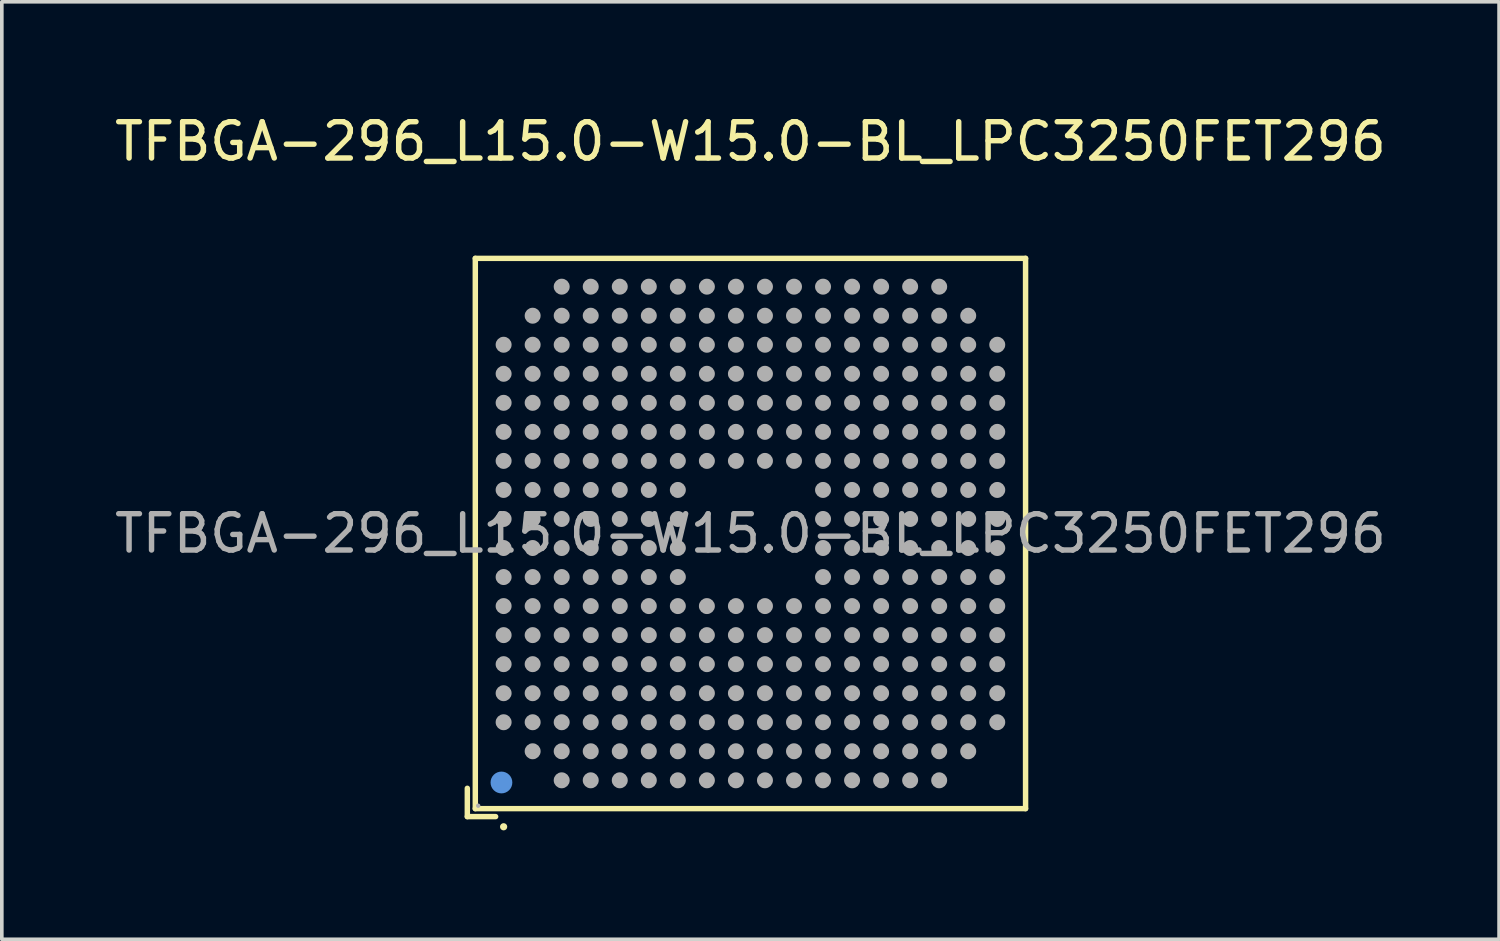
<source format=kicad_pcb>
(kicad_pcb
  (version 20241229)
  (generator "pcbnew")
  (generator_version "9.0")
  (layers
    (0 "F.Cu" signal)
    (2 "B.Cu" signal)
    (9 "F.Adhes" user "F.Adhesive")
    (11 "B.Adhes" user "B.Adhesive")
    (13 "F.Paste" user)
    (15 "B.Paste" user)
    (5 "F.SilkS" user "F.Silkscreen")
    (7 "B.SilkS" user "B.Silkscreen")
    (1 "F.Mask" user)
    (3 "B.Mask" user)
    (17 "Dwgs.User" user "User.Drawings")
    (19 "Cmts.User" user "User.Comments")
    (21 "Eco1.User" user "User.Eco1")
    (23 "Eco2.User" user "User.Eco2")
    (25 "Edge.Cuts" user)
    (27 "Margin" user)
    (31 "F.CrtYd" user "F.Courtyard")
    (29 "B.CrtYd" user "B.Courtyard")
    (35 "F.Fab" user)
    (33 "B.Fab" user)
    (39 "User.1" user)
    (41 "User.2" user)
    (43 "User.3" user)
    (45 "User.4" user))
  (footprint "TFBGA-296_L15.0-W15.0-BL_LPC3250FET296"
    (layer "F.Cu")
    (at 17.625 11.648)
    (property "Reference" "TFBGA-296_L15.0-W15.0-BL_LPC3250FET296" (at 0 -10.8 0) (layer "F.SilkS") (effects (font (size 1 1) (thickness 0.15))))
    (attr through_hole)
    (fp_line (start -7.8 7.02) (end -7.8 7.8) (stroke (width 0.15) (type solid)) (layer "F.SilkS"))
    (fp_line (start -7.8 7.8) (end -7.02 7.8) (stroke (width 0.15) (type solid)) (layer "F.SilkS"))
    (fp_line (start -7.58 -7.58) (end 7.58 -7.58) (stroke (width 0.15) (type solid)) (layer "F.SilkS"))
    (fp_line (start -7.58 7.58) (end -7.58 -7.58) (stroke (width 0.15) (type solid)) (layer "F.SilkS"))
    (fp_line (start 7.58 -7.58) (end 7.58 7.58) (stroke (width 0.15) (type solid)) (layer "F.SilkS"))
    (fp_line (start 7.58 7.58) (end -7.58 7.58) (stroke (width 0.15) (type solid)) (layer "F.SilkS"))
    (fp_circle (center -6.8 8.08) (end -6.75 8.08) (stroke (width 0.1) (type solid)) (fill no) (layer "F.SilkS"))
    (fp_circle (center -6.86 6.86) (end -6.71 6.86) (stroke (width 0.3) (type solid)) (fill no) (layer "Cmts.User"))
    (fp_circle (center -7.5 7.5) (end -7.47 7.5) (stroke (width 0.06) (type solid)) (fill no) (layer "F.Fab"))
    (fp_circle (center -6.8 -5.2) (end -6.69 -5.2) (stroke (width 0.22) (type solid)) (fill no) (layer "F.Fab"))
    (fp_circle (center -6.8 -4.4) (end -6.69 -4.4) (stroke (width 0.22) (type solid)) (fill no) (layer "F.Fab"))
    (fp_circle (center -6.8 -3.6) (end -6.69 -3.6) (stroke (width 0.22) (type solid)) (fill no) (layer "F.Fab"))
    (fp_circle (center -6.8 -2.8) (end -6.69 -2.8) (stroke (width 0.22) (type solid)) (fill no) (layer "F.Fab"))
    (fp_circle (center -6.8 -2) (end -6.69 -2) (stroke (width 0.22) (type solid)) (fill no) (layer "F.Fab"))
    (fp_circle (center -6.8 -1.2) (end -6.69 -1.2) (stroke (width 0.22) (type solid)) (fill no) (layer "F.Fab"))
    (fp_circle (center -6.8 -0.4) (end -6.69 -0.4) (stroke (width 0.22) (type solid)) (fill no) (layer "F.Fab"))
    (fp_circle (center -6.8 0.4) (end -6.69 0.4) (stroke (width 0.22) (type solid)) (fill no) (layer "F.Fab"))
    (fp_circle (center -6.8 1.2) (end -6.69 1.2) (stroke (width 0.22) (type solid)) (fill no) (layer "F.Fab"))
    (fp_circle (center -6.8 2) (end -6.69 2) (stroke (width 0.22) (type solid)) (fill no) (layer "F.Fab"))
    (fp_circle (center -6.8 2.8) (end -6.69 2.8) (stroke (width 0.22) (type solid)) (fill no) (layer "F.Fab"))
    (fp_circle (center -6.8 3.6) (end -6.69 3.6) (stroke (width 0.22) (type solid)) (fill no) (layer "F.Fab"))
    (fp_circle (center -6.8 4.4) (end -6.69 4.4) (stroke (width 0.22) (type solid)) (fill no) (layer "F.Fab"))
    (fp_circle (center -6.8 5.2) (end -6.69 5.2) (stroke (width 0.22) (type solid)) (fill no) (layer "F.Fab"))
    (fp_circle (center -6 -6) (end -5.89 -6) (stroke (width 0.22) (type solid)) (fill no) (layer "F.Fab"))
    (fp_circle (center -6 -5.2) (end -5.89 -5.2) (stroke (width 0.22) (type solid)) (fill no) (layer "F.Fab"))
    (fp_circle (center -6 -4.4) (end -5.89 -4.4) (stroke (width 0.22) (type solid)) (fill no) (layer "F.Fab"))
    (fp_circle (center -6 -3.6) (end -5.89 -3.6) (stroke (width 0.22) (type solid)) (fill no) (layer "F.Fab"))
    (fp_circle (center -6 -2.8) (end -5.89 -2.8) (stroke (width 0.22) (type solid)) (fill no) (layer "F.Fab"))
    (fp_circle (center -6 -2) (end -5.89 -2) (stroke (width 0.22) (type solid)) (fill no) (layer "F.Fab"))
    (fp_circle (center -6 -1.2) (end -5.89 -1.2) (stroke (width 0.22) (type solid)) (fill no) (layer "F.Fab"))
    (fp_circle (center -6 -0.4) (end -5.89 -0.4) (stroke (width 0.22) (type solid)) (fill no) (layer "F.Fab"))
    (fp_circle (center -6 0.4) (end -5.89 0.4) (stroke (width 0.22) (type solid)) (fill no) (layer "F.Fab"))
    (fp_circle (center -6 1.2) (end -5.89 1.2) (stroke (width 0.22) (type solid)) (fill no) (layer "F.Fab"))
    (fp_circle (center -6 2) (end -5.89 2) (stroke (width 0.22) (type solid)) (fill no) (layer "F.Fab"))
    (fp_circle (center -6 2.8) (end -5.89 2.8) (stroke (width 0.22) (type solid)) (fill no) (layer "F.Fab"))
    (fp_circle (center -6 3.6) (end -5.89 3.6) (stroke (width 0.22) (type solid)) (fill no) (layer "F.Fab"))
    (fp_circle (center -6 4.4) (end -5.89 4.4) (stroke (width 0.22) (type solid)) (fill no) (layer "F.Fab"))
    (fp_circle (center -6 5.2) (end -5.89 5.2) (stroke (width 0.22) (type solid)) (fill no) (layer "F.Fab"))
    (fp_circle (center -6 6) (end -5.89 6) (stroke (width 0.22) (type solid)) (fill no) (layer "F.Fab"))
    (fp_circle (center -5.2 -6.8) (end -5.09 -6.8) (stroke (width 0.22) (type solid)) (fill no) (layer "F.Fab"))
    (fp_circle (center -5.2 -6) (end -5.09 -6) (stroke (width 0.22) (type solid)) (fill no) (layer "F.Fab"))
    (fp_circle (center -5.2 -5.2) (end -5.09 -5.2) (stroke (width 0.22) (type solid)) (fill no) (layer "F.Fab"))
    (fp_circle (center -5.2 -4.4) (end -5.09 -4.4) (stroke (width 0.22) (type solid)) (fill no) (layer "F.Fab"))
    (fp_circle (center -5.2 -3.6) (end -5.09 -3.6) (stroke (width 0.22) (type solid)) (fill no) (layer "F.Fab"))
    (fp_circle (center -5.2 -2.8) (end -5.09 -2.8) (stroke (width 0.22) (type solid)) (fill no) (layer "F.Fab"))
    (fp_circle (center -5.2 -2) (end -5.09 -2) (stroke (width 0.22) (type solid)) (fill no) (layer "F.Fab"))
    (fp_circle (center -5.2 -1.2) (end -5.09 -1.2) (stroke (width 0.22) (type solid)) (fill no) (layer "F.Fab"))
    (fp_circle (center -5.2 -0.4) (end -5.09 -0.4) (stroke (width 0.22) (type solid)) (fill no) (layer "F.Fab"))
    (fp_circle (center -5.2 0.4) (end -5.09 0.4) (stroke (width 0.22) (type solid)) (fill no) (layer "F.Fab"))
    (fp_circle (center -5.2 1.2) (end -5.09 1.2) (stroke (width 0.22) (type solid)) (fill no) (layer "F.Fab"))
    (fp_circle (center -5.2 2) (end -5.09 2) (stroke (width 0.22) (type solid)) (fill no) (layer "F.Fab"))
    (fp_circle (center -5.2 2.8) (end -5.09 2.8) (stroke (width 0.22) (type solid)) (fill no) (layer "F.Fab"))
    (fp_circle (center -5.2 3.6) (end -5.09 3.6) (stroke (width 0.22) (type solid)) (fill no) (layer "F.Fab"))
    (fp_circle (center -5.2 4.4) (end -5.09 4.4) (stroke (width 0.22) (type solid)) (fill no) (layer "F.Fab"))
    (fp_circle (center -5.2 5.2) (end -5.09 5.2) (stroke (width 0.22) (type solid)) (fill no) (layer "F.Fab"))
    (fp_circle (center -5.2 6) (end -5.09 6) (stroke (width 0.22) (type solid)) (fill no) (layer "F.Fab"))
    (fp_circle (center -5.2 6.8) (end -5.09 6.8) (stroke (width 0.22) (type solid)) (fill no) (layer "F.Fab"))
    (fp_circle (center -4.4 -6.8) (end -4.29 -6.8) (stroke (width 0.22) (type solid)) (fill no) (layer "F.Fab"))
    (fp_circle (center -4.4 -6) (end -4.29 -6) (stroke (width 0.22) (type solid)) (fill no) (layer "F.Fab"))
    (fp_circle (center -4.4 -5.2) (end -4.29 -5.2) (stroke (width 0.22) (type solid)) (fill no) (layer "F.Fab"))
    (fp_circle (center -4.4 -4.4) (end -4.29 -4.4) (stroke (width 0.22) (type solid)) (fill no) (layer "F.Fab"))
    (fp_circle (center -4.4 -3.6) (end -4.29 -3.6) (stroke (width 0.22) (type solid)) (fill no) (layer "F.Fab"))
    (fp_circle (center -4.4 -2.8) (end -4.29 -2.8) (stroke (width 0.22) (type solid)) (fill no) (layer "F.Fab"))
    (fp_circle (center -4.4 -2) (end -4.29 -2) (stroke (width 0.22) (type solid)) (fill no) (layer "F.Fab"))
    (fp_circle (center -4.4 -1.2) (end -4.29 -1.2) (stroke (width 0.22) (type solid)) (fill no) (layer "F.Fab"))
    (fp_circle (center -4.4 -0.4) (end -4.29 -0.4) (stroke (width 0.22) (type solid)) (fill no) (layer "F.Fab"))
    (fp_circle (center -4.4 0.4) (end -4.29 0.4) (stroke (width 0.22) (type solid)) (fill no) (layer "F.Fab"))
    (fp_circle (center -4.4 1.2) (end -4.29 1.2) (stroke (width 0.22) (type solid)) (fill no) (layer "F.Fab"))
    (fp_circle (center -4.4 2) (end -4.29 2) (stroke (width 0.22) (type solid)) (fill no) (layer "F.Fab"))
    (fp_circle (center -4.4 2.8) (end -4.29 2.8) (stroke (width 0.22) (type solid)) (fill no) (layer "F.Fab"))
    (fp_circle (center -4.4 3.6) (end -4.29 3.6) (stroke (width 0.22) (type solid)) (fill no) (layer "F.Fab"))
    (fp_circle (center -4.4 4.4) (end -4.29 4.4) (stroke (width 0.22) (type solid)) (fill no) (layer "F.Fab"))
    (fp_circle (center -4.4 5.2) (end -4.29 5.2) (stroke (width 0.22) (type solid)) (fill no) (layer "F.Fab"))
    (fp_circle (center -4.4 6) (end -4.29 6) (stroke (width 0.22) (type solid)) (fill no) (layer "F.Fab"))
    (fp_circle (center -4.4 6.8) (end -4.29 6.8) (stroke (width 0.22) (type solid)) (fill no) (layer "F.Fab"))
    (fp_circle (center -3.6 -6.8) (end -3.49 -6.8) (stroke (width 0.22) (type solid)) (fill no) (layer "F.Fab"))
    (fp_circle (center -3.6 -6) (end -3.49 -6) (stroke (width 0.22) (type solid)) (fill no) (layer "F.Fab"))
    (fp_circle (center -3.6 -5.2) (end -3.49 -5.2) (stroke (width 0.22) (type solid)) (fill no) (layer "F.Fab"))
    (fp_circle (center -3.6 -4.4) (end -3.49 -4.4) (stroke (width 0.22) (type solid)) (fill no) (layer "F.Fab"))
    (fp_circle (center -3.6 -3.6) (end -3.49 -3.6) (stroke (width 0.22) (type solid)) (fill no) (layer "F.Fab"))
    (fp_circle (center -3.6 -2.8) (end -3.49 -2.8) (stroke (width 0.22) (type solid)) (fill no) (layer "F.Fab"))
    (fp_circle (center -3.6 -2) (end -3.49 -2) (stroke (width 0.22) (type solid)) (fill no) (layer "F.Fab"))
    (fp_circle (center -3.6 -1.2) (end -3.49 -1.2) (stroke (width 0.22) (type solid)) (fill no) (layer "F.Fab"))
    (fp_circle (center -3.6 -0.4) (end -3.49 -0.4) (stroke (width 0.22) (type solid)) (fill no) (layer "F.Fab"))
    (fp_circle (center -3.6 0.4) (end -3.49 0.4) (stroke (width 0.22) (type solid)) (fill no) (layer "F.Fab"))
    (fp_circle (center -3.6 1.2) (end -3.49 1.2) (stroke (width 0.22) (type solid)) (fill no) (layer "F.Fab"))
    (fp_circle (center -3.6 2) (end -3.49 2) (stroke (width 0.22) (type solid)) (fill no) (layer "F.Fab"))
    (fp_circle (center -3.6 2.8) (end -3.49 2.8) (stroke (width 0.22) (type solid)) (fill no) (layer "F.Fab"))
    (fp_circle (center -3.6 3.6) (end -3.49 3.6) (stroke (width 0.22) (type solid)) (fill no) (layer "F.Fab"))
    (fp_circle (center -3.6 4.4) (end -3.49 4.4) (stroke (width 0.22) (type solid)) (fill no) (layer "F.Fab"))
    (fp_circle (center -3.6 5.2) (end -3.49 5.2) (stroke (width 0.22) (type solid)) (fill no) (layer "F.Fab"))
    (fp_circle (center -3.6 6) (end -3.49 6) (stroke (width 0.22) (type solid)) (fill no) (layer "F.Fab"))
    (fp_circle (center -3.6 6.8) (end -3.49 6.8) (stroke (width 0.22) (type solid)) (fill no) (layer "F.Fab"))
    (fp_circle (center -2.8 -6.8) (end -2.69 -6.8) (stroke (width 0.22) (type solid)) (fill no) (layer "F.Fab"))
    (fp_circle (center -2.8 -6) (end -2.69 -6) (stroke (width 0.22) (type solid)) (fill no) (layer "F.Fab"))
    (fp_circle (center -2.8 -5.2) (end -2.69 -5.2) (stroke (width 0.22) (type solid)) (fill no) (layer "F.Fab"))
    (fp_circle (center -2.8 -4.4) (end -2.69 -4.4) (stroke (width 0.22) (type solid)) (fill no) (layer "F.Fab"))
    (fp_circle (center -2.8 -3.6) (end -2.69 -3.6) (stroke (width 0.22) (type solid)) (fill no) (layer "F.Fab"))
    (fp_circle (center -2.8 -2.8) (end -2.69 -2.8) (stroke (width 0.22) (type solid)) (fill no) (layer "F.Fab"))
    (fp_circle (center -2.8 -2) (end -2.69 -2) (stroke (width 0.22) (type solid)) (fill no) (layer "F.Fab"))
    (fp_circle (center -2.8 -1.2) (end -2.69 -1.2) (stroke (width 0.22) (type solid)) (fill no) (layer "F.Fab"))
    (fp_circle (center -2.8 -0.4) (end -2.69 -0.4) (stroke (width 0.22) (type solid)) (fill no) (layer "F.Fab"))
    (fp_circle (center -2.8 0.4) (end -2.69 0.4) (stroke (width 0.22) (type solid)) (fill no) (layer "F.Fab"))
    (fp_circle (center -2.8 1.2) (end -2.69 1.2) (stroke (width 0.22) (type solid)) (fill no) (layer "F.Fab"))
    (fp_circle (center -2.8 2) (end -2.69 2) (stroke (width 0.22) (type solid)) (fill no) (layer "F.Fab"))
    (fp_circle (center -2.8 2.8) (end -2.69 2.8) (stroke (width 0.22) (type solid)) (fill no) (layer "F.Fab"))
    (fp_circle (center -2.8 3.6) (end -2.69 3.6) (stroke (width 0.22) (type solid)) (fill no) (layer "F.Fab"))
    (fp_circle (center -2.8 4.4) (end -2.69 4.4) (stroke (width 0.22) (type solid)) (fill no) (layer "F.Fab"))
    (fp_circle (center -2.8 5.2) (end -2.69 5.2) (stroke (width 0.22) (type solid)) (fill no) (layer "F.Fab"))
    (fp_circle (center -2.8 6) (end -2.69 6) (stroke (width 0.22) (type solid)) (fill no) (layer "F.Fab"))
    (fp_circle (center -2.8 6.8) (end -2.69 6.8) (stroke (width 0.22) (type solid)) (fill no) (layer "F.Fab"))
    (fp_circle (center -2 -6.8) (end -1.89 -6.8) (stroke (width 0.22) (type solid)) (fill no) (layer "F.Fab"))
    (fp_circle (center -2 -6) (end -1.89 -6) (stroke (width 0.22) (type solid)) (fill no) (layer "F.Fab"))
    (fp_circle (center -2 -5.2) (end -1.89 -5.2) (stroke (width 0.22) (type solid)) (fill no) (layer "F.Fab"))
    (fp_circle (center -2 -4.4) (end -1.89 -4.4) (stroke (width 0.22) (type solid)) (fill no) (layer "F.Fab"))
    (fp_circle (center -2 -3.6) (end -1.89 -3.6) (stroke (width 0.22) (type solid)) (fill no) (layer "F.Fab"))
    (fp_circle (center -2 -2.8) (end -1.89 -2.8) (stroke (width 0.22) (type solid)) (fill no) (layer "F.Fab"))
    (fp_circle (center -2 -2) (end -1.89 -2) (stroke (width 0.22) (type solid)) (fill no) (layer "F.Fab"))
    (fp_circle (center -2 -1.2) (end -1.89 -1.2) (stroke (width 0.22) (type solid)) (fill no) (layer "F.Fab"))
    (fp_circle (center -2 -0.4) (end -1.89 -0.4) (stroke (width 0.22) (type solid)) (fill no) (layer "F.Fab"))
    (fp_circle (center -2 0.4) (end -1.89 0.4) (stroke (width 0.22) (type solid)) (fill no) (layer "F.Fab"))
    (fp_circle (center -2 1.2) (end -1.89 1.2) (stroke (width 0.22) (type solid)) (fill no) (layer "F.Fab"))
    (fp_circle (center -2 2) (end -1.89 2) (stroke (width 0.22) (type solid)) (fill no) (layer "F.Fab"))
    (fp_circle (center -2 2.8) (end -1.89 2.8) (stroke (width 0.22) (type solid)) (fill no) (layer "F.Fab"))
    (fp_circle (center -2 3.6) (end -1.89 3.6) (stroke (width 0.22) (type solid)) (fill no) (layer "F.Fab"))
    (fp_circle (center -2 4.4) (end -1.89 4.4) (stroke (width 0.22) (type solid)) (fill no) (layer "F.Fab"))
    (fp_circle (center -2 5.2) (end -1.89 5.2) (stroke (width 0.22) (type solid)) (fill no) (layer "F.Fab"))
    (fp_circle (center -2 6) (end -1.89 6) (stroke (width 0.22) (type solid)) (fill no) (layer "F.Fab"))
    (fp_circle (center -2 6.8) (end -1.89 6.8) (stroke (width 0.22) (type solid)) (fill no) (layer "F.Fab"))
    (fp_circle (center -1.2 -6.8) (end -1.09 -6.8) (stroke (width 0.22) (type solid)) (fill no) (layer "F.Fab"))
    (fp_circle (center -1.2 -6) (end -1.09 -6) (stroke (width 0.22) (type solid)) (fill no) (layer "F.Fab"))
    (fp_circle (center -1.2 -5.2) (end -1.09 -5.2) (stroke (width 0.22) (type solid)) (fill no) (layer "F.Fab"))
    (fp_circle (center -1.2 -4.4) (end -1.09 -4.4) (stroke (width 0.22) (type solid)) (fill no) (layer "F.Fab"))
    (fp_circle (center -1.2 -3.6) (end -1.09 -3.6) (stroke (width 0.22) (type solid)) (fill no) (layer "F.Fab"))
    (fp_circle (center -1.2 -2.8) (end -1.09 -2.8) (stroke (width 0.22) (type solid)) (fill no) (layer "F.Fab"))
    (fp_circle (center -1.2 -2) (end -1.09 -2) (stroke (width 0.22) (type solid)) (fill no) (layer "F.Fab"))
    (fp_circle (center -1.2 2) (end -1.09 2) (stroke (width 0.22) (type solid)) (fill no) (layer "F.Fab"))
    (fp_circle (center -1.2 2.8) (end -1.09 2.8) (stroke (width 0.22) (type solid)) (fill no) (layer "F.Fab"))
    (fp_circle (center -1.2 3.6) (end -1.09 3.6) (stroke (width 0.22) (type solid)) (fill no) (layer "F.Fab"))
    (fp_circle (center -1.2 4.4) (end -1.09 4.4) (stroke (width 0.22) (type solid)) (fill no) (layer "F.Fab"))
    (fp_circle (center -1.2 5.2) (end -1.09 5.2) (stroke (width 0.22) (type solid)) (fill no) (layer "F.Fab"))
    (fp_circle (center -1.2 6) (end -1.09 6) (stroke (width 0.22) (type solid)) (fill no) (layer "F.Fab"))
    (fp_circle (center -1.2 6.8) (end -1.09 6.8) (stroke (width 0.22) (type solid)) (fill no) (layer "F.Fab"))
    (fp_circle (center -0.4 -6.8) (end -0.29 -6.8) (stroke (width 0.22) (type solid)) (fill no) (layer "F.Fab"))
    (fp_circle (center -0.4 -6) (end -0.29 -6) (stroke (width 0.22) (type solid)) (fill no) (layer "F.Fab"))
    (fp_circle (center -0.4 -5.2) (end -0.29 -5.2) (stroke (width 0.22) (type solid)) (fill no) (layer "F.Fab"))
    (fp_circle (center -0.4 -4.4) (end -0.29 -4.4) (stroke (width 0.22) (type solid)) (fill no) (layer "F.Fab"))
    (fp_circle (center -0.4 -3.6) (end -0.29 -3.6) (stroke (width 0.22) (type solid)) (fill no) (layer "F.Fab"))
    (fp_circle (center -0.4 -2.8) (end -0.29 -2.8) (stroke (width 0.22) (type solid)) (fill no) (layer "F.Fab"))
    (fp_circle (center -0.4 -2) (end -0.29 -2) (stroke (width 0.22) (type solid)) (fill no) (layer "F.Fab"))
    (fp_circle (center -0.4 2) (end -0.29 2) (stroke (width 0.22) (type solid)) (fill no) (layer "F.Fab"))
    (fp_circle (center -0.4 2.8) (end -0.29 2.8) (stroke (width 0.22) (type solid)) (fill no) (layer "F.Fab"))
    (fp_circle (center -0.4 3.6) (end -0.29 3.6) (stroke (width 0.22) (type solid)) (fill no) (layer "F.Fab"))
    (fp_circle (center -0.4 4.4) (end -0.29 4.4) (stroke (width 0.22) (type solid)) (fill no) (layer "F.Fab"))
    (fp_circle (center -0.4 5.2) (end -0.29 5.2) (stroke (width 0.22) (type solid)) (fill no) (layer "F.Fab"))
    (fp_circle (center -0.4 6) (end -0.29 6) (stroke (width 0.22) (type solid)) (fill no) (layer "F.Fab"))
    (fp_circle (center -0.4 6.8) (end -0.29 6.8) (stroke (width 0.22) (type solid)) (fill no) (layer "F.Fab"))
    (fp_circle (center 0.4 -6.8) (end 0.51 -6.8) (stroke (width 0.22) (type solid)) (fill no) (layer "F.Fab"))
    (fp_circle (center 0.4 -6) (end 0.51 -6) (stroke (width 0.22) (type solid)) (fill no) (layer "F.Fab"))
    (fp_circle (center 0.4 -5.2) (end 0.51 -5.2) (stroke (width 0.22) (type solid)) (fill no) (layer "F.Fab"))
    (fp_circle (center 0.4 -4.4) (end 0.51 -4.4) (stroke (width 0.22) (type solid)) (fill no) (layer "F.Fab"))
    (fp_circle (center 0.4 -3.6) (end 0.51 -3.6) (stroke (width 0.22) (type solid)) (fill no) (layer "F.Fab"))
    (fp_circle (center 0.4 -2.8) (end 0.51 -2.8) (stroke (width 0.22) (type solid)) (fill no) (layer "F.Fab"))
    (fp_circle (center 0.4 -2) (end 0.51 -2) (stroke (width 0.22) (type solid)) (fill no) (layer "F.Fab"))
    (fp_circle (center 0.4 2) (end 0.51 2) (stroke (width 0.22) (type solid)) (fill no) (layer "F.Fab"))
    (fp_circle (center 0.4 2.8) (end 0.51 2.8) (stroke (width 0.22) (type solid)) (fill no) (layer "F.Fab"))
    (fp_circle (center 0.4 3.6) (end 0.51 3.6) (stroke (width 0.22) (type solid)) (fill no) (layer "F.Fab"))
    (fp_circle (center 0.4 4.4) (end 0.51 4.4) (stroke (width 0.22) (type solid)) (fill no) (layer "F.Fab"))
    (fp_circle (center 0.4 5.2) (end 0.51 5.2) (stroke (width 0.22) (type solid)) (fill no) (layer "F.Fab"))
    (fp_circle (center 0.4 6) (end 0.51 6) (stroke (width 0.22) (type solid)) (fill no) (layer "F.Fab"))
    (fp_circle (center 0.4 6.8) (end 0.51 6.8) (stroke (width 0.22) (type solid)) (fill no) (layer "F.Fab"))
    (fp_circle (center 1.2 -6.8) (end 1.31 -6.8) (stroke (width 0.22) (type solid)) (fill no) (layer "F.Fab"))
    (fp_circle (center 1.2 -6) (end 1.31 -6) (stroke (width 0.22) (type solid)) (fill no) (layer "F.Fab"))
    (fp_circle (center 1.2 -5.2) (end 1.31 -5.2) (stroke (width 0.22) (type solid)) (fill no) (layer "F.Fab"))
    (fp_circle (center 1.2 -4.4) (end 1.31 -4.4) (stroke (width 0.22) (type solid)) (fill no) (layer "F.Fab"))
    (fp_circle (center 1.2 -3.6) (end 1.31 -3.6) (stroke (width 0.22) (type solid)) (fill no) (layer "F.Fab"))
    (fp_circle (center 1.2 -2.8) (end 1.31 -2.8) (stroke (width 0.22) (type solid)) (fill no) (layer "F.Fab"))
    (fp_circle (center 1.2 -2) (end 1.31 -2) (stroke (width 0.22) (type solid)) (fill no) (layer "F.Fab"))
    (fp_circle (center 1.2 2) (end 1.31 2) (stroke (width 0.22) (type solid)) (fill no) (layer "F.Fab"))
    (fp_circle (center 1.2 2.8) (end 1.31 2.8) (stroke (width 0.22) (type solid)) (fill no) (layer "F.Fab"))
    (fp_circle (center 1.2 3.6) (end 1.31 3.6) (stroke (width 0.22) (type solid)) (fill no) (layer "F.Fab"))
    (fp_circle (center 1.2 4.4) (end 1.31 4.4) (stroke (width 0.22) (type solid)) (fill no) (layer "F.Fab"))
    (fp_circle (center 1.2 5.2) (end 1.31 5.2) (stroke (width 0.22) (type solid)) (fill no) (layer "F.Fab"))
    (fp_circle (center 1.2 6) (end 1.31 6) (stroke (width 0.22) (type solid)) (fill no) (layer "F.Fab"))
    (fp_circle (center 1.2 6.8) (end 1.31 6.8) (stroke (width 0.22) (type solid)) (fill no) (layer "F.Fab"))
    (fp_circle (center 2 -6.8) (end 2.11 -6.8) (stroke (width 0.22) (type solid)) (fill no) (layer "F.Fab"))
    (fp_circle (center 2 -6) (end 2.11 -6) (stroke (width 0.22) (type solid)) (fill no) (layer "F.Fab"))
    (fp_circle (center 2 -5.2) (end 2.11 -5.2) (stroke (width 0.22) (type solid)) (fill no) (layer "F.Fab"))
    (fp_circle (center 2 -4.4) (end 2.11 -4.4) (stroke (width 0.22) (type solid)) (fill no) (layer "F.Fab"))
    (fp_circle (center 2 -3.6) (end 2.11 -3.6) (stroke (width 0.22) (type solid)) (fill no) (layer "F.Fab"))
    (fp_circle (center 2 -2.8) (end 2.11 -2.8) (stroke (width 0.22) (type solid)) (fill no) (layer "F.Fab"))
    (fp_circle (center 2 -2) (end 2.11 -2) (stroke (width 0.22) (type solid)) (fill no) (layer "F.Fab"))
    (fp_circle (center 2 -1.2) (end 2.11 -1.2) (stroke (width 0.22) (type solid)) (fill no) (layer "F.Fab"))
    (fp_circle (center 2 -0.4) (end 2.11 -0.4) (stroke (width 0.22) (type solid)) (fill no) (layer "F.Fab"))
    (fp_circle (center 2 0.4) (end 2.11 0.4) (stroke (width 0.22) (type solid)) (fill no) (layer "F.Fab"))
    (fp_circle (center 2 1.2) (end 2.11 1.2) (stroke (width 0.22) (type solid)) (fill no) (layer "F.Fab"))
    (fp_circle (center 2 2) (end 2.11 2) (stroke (width 0.22) (type solid)) (fill no) (layer "F.Fab"))
    (fp_circle (center 2 2.8) (end 2.11 2.8) (stroke (width 0.22) (type solid)) (fill no) (layer "F.Fab"))
    (fp_circle (center 2 3.6) (end 2.11 3.6) (stroke (width 0.22) (type solid)) (fill no) (layer "F.Fab"))
    (fp_circle (center 2 4.4) (end 2.11 4.4) (stroke (width 0.22) (type solid)) (fill no) (layer "F.Fab"))
    (fp_circle (center 2 5.2) (end 2.11 5.2) (stroke (width 0.22) (type solid)) (fill no) (layer "F.Fab"))
    (fp_circle (center 2 6) (end 2.11 6) (stroke (width 0.22) (type solid)) (fill no) (layer "F.Fab"))
    (fp_circle (center 2 6.8) (end 2.11 6.8) (stroke (width 0.22) (type solid)) (fill no) (layer "F.Fab"))
    (fp_circle (center 2.8 -6.8) (end 2.91 -6.8) (stroke (width 0.22) (type solid)) (fill no) (layer "F.Fab"))
    (fp_circle (center 2.8 -6) (end 2.91 -6) (stroke (width 0.22) (type solid)) (fill no) (layer "F.Fab"))
    (fp_circle (center 2.8 -5.2) (end 2.91 -5.2) (stroke (width 0.22) (type solid)) (fill no) (layer "F.Fab"))
    (fp_circle (center 2.8 -4.4) (end 2.91 -4.4) (stroke (width 0.22) (type solid)) (fill no) (layer "F.Fab"))
    (fp_circle (center 2.8 -3.6) (end 2.91 -3.6) (stroke (width 0.22) (type solid)) (fill no) (layer "F.Fab"))
    (fp_circle (center 2.8 -2.8) (end 2.91 -2.8) (stroke (width 0.22) (type solid)) (fill no) (layer "F.Fab"))
    (fp_circle (center 2.8 -2) (end 2.91 -2) (stroke (width 0.22) (type solid)) (fill no) (layer "F.Fab"))
    (fp_circle (center 2.8 -1.2) (end 2.91 -1.2) (stroke (width 0.22) (type solid)) (fill no) (layer "F.Fab"))
    (fp_circle (center 2.8 -0.4) (end 2.91 -0.4) (stroke (width 0.22) (type solid)) (fill no) (layer "F.Fab"))
    (fp_circle (center 2.8 0.4) (end 2.91 0.4) (stroke (width 0.22) (type solid)) (fill no) (layer "F.Fab"))
    (fp_circle (center 2.8 1.2) (end 2.91 1.2) (stroke (width 0.22) (type solid)) (fill no) (layer "F.Fab"))
    (fp_circle (center 2.8 2) (end 2.91 2) (stroke (width 0.22) (type solid)) (fill no) (layer "F.Fab"))
    (fp_circle (center 2.8 2.8) (end 2.91 2.8) (stroke (width 0.22) (type solid)) (fill no) (layer "F.Fab"))
    (fp_circle (center 2.8 3.6) (end 2.91 3.6) (stroke (width 0.22) (type solid)) (fill no) (layer "F.Fab"))
    (fp_circle (center 2.8 4.4) (end 2.91 4.4) (stroke (width 0.22) (type solid)) (fill no) (layer "F.Fab"))
    (fp_circle (center 2.8 5.2) (end 2.91 5.2) (stroke (width 0.22) (type solid)) (fill no) (layer "F.Fab"))
    (fp_circle (center 2.8 6) (end 2.91 6) (stroke (width 0.22) (type solid)) (fill no) (layer "F.Fab"))
    (fp_circle (center 2.8 6.8) (end 2.91 6.8) (stroke (width 0.22) (type solid)) (fill no) (layer "F.Fab"))
    (fp_circle (center 3.6 -6.8) (end 3.71 -6.8) (stroke (width 0.22) (type solid)) (fill no) (layer "F.Fab"))
    (fp_circle (center 3.6 -6) (end 3.71 -6) (stroke (width 0.22) (type solid)) (fill no) (layer "F.Fab"))
    (fp_circle (center 3.6 -5.2) (end 3.71 -5.2) (stroke (width 0.22) (type solid)) (fill no) (layer "F.Fab"))
    (fp_circle (center 3.6 -4.4) (end 3.71 -4.4) (stroke (width 0.22) (type solid)) (fill no) (layer "F.Fab"))
    (fp_circle (center 3.6 -3.6) (end 3.71 -3.6) (stroke (width 0.22) (type solid)) (fill no) (layer "F.Fab"))
    (fp_circle (center 3.6 -2.8) (end 3.71 -2.8) (stroke (width 0.22) (type solid)) (fill no) (layer "F.Fab"))
    (fp_circle (center 3.6 -2) (end 3.71 -2) (stroke (width 0.22) (type solid)) (fill no) (layer "F.Fab"))
    (fp_circle (center 3.6 -1.2) (end 3.71 -1.2) (stroke (width 0.22) (type solid)) (fill no) (layer "F.Fab"))
    (fp_circle (center 3.6 -0.4) (end 3.71 -0.4) (stroke (width 0.22) (type solid)) (fill no) (layer "F.Fab"))
    (fp_circle (center 3.6 0.4) (end 3.71 0.4) (stroke (width 0.22) (type solid)) (fill no) (layer "F.Fab"))
    (fp_circle (center 3.6 1.2) (end 3.71 1.2) (stroke (width 0.22) (type solid)) (fill no) (layer "F.Fab"))
    (fp_circle (center 3.6 2) (end 3.71 2) (stroke (width 0.22) (type solid)) (fill no) (layer "F.Fab"))
    (fp_circle (center 3.6 2.8) (end 3.71 2.8) (stroke (width 0.22) (type solid)) (fill no) (layer "F.Fab"))
    (fp_circle (center 3.6 3.6) (end 3.71 3.6) (stroke (width 0.22) (type solid)) (fill no) (layer "F.Fab"))
    (fp_circle (center 3.6 4.4) (end 3.71 4.4) (stroke (width 0.22) (type solid)) (fill no) (layer "F.Fab"))
    (fp_circle (center 3.6 5.2) (end 3.71 5.2) (stroke (width 0.22) (type solid)) (fill no) (layer "F.Fab"))
    (fp_circle (center 3.6 6) (end 3.71 6) (stroke (width 0.22) (type solid)) (fill no) (layer "F.Fab"))
    (fp_circle (center 3.6 6.8) (end 3.71 6.8) (stroke (width 0.22) (type solid)) (fill no) (layer "F.Fab"))
    (fp_circle (center 4.4 -6.8) (end 4.51 -6.8) (stroke (width 0.22) (type solid)) (fill no) (layer "F.Fab"))
    (fp_circle (center 4.4 -6) (end 4.51 -6) (stroke (width 0.22) (type solid)) (fill no) (layer "F.Fab"))
    (fp_circle (center 4.4 -5.2) (end 4.51 -5.2) (stroke (width 0.22) (type solid)) (fill no) (layer "F.Fab"))
    (fp_circle (center 4.4 -4.4) (end 4.51 -4.4) (stroke (width 0.22) (type solid)) (fill no) (layer "F.Fab"))
    (fp_circle (center 4.4 -3.6) (end 4.51 -3.6) (stroke (width 0.22) (type solid)) (fill no) (layer "F.Fab"))
    (fp_circle (center 4.4 -2.8) (end 4.51 -2.8) (stroke (width 0.22) (type solid)) (fill no) (layer "F.Fab"))
    (fp_circle (center 4.4 -2) (end 4.51 -2) (stroke (width 0.22) (type solid)) (fill no) (layer "F.Fab"))
    (fp_circle (center 4.4 -1.2) (end 4.51 -1.2) (stroke (width 0.22) (type solid)) (fill no) (layer "F.Fab"))
    (fp_circle (center 4.4 -0.4) (end 4.51 -0.4) (stroke (width 0.22) (type solid)) (fill no) (layer "F.Fab"))
    (fp_circle (center 4.4 0.4) (end 4.51 0.4) (stroke (width 0.22) (type solid)) (fill no) (layer "F.Fab"))
    (fp_circle (center 4.4 1.2) (end 4.51 1.2) (stroke (width 0.22) (type solid)) (fill no) (layer "F.Fab"))
    (fp_circle (center 4.4 2) (end 4.51 2) (stroke (width 0.22) (type solid)) (fill no) (layer "F.Fab"))
    (fp_circle (center 4.4 2.8) (end 4.51 2.8) (stroke (width 0.22) (type solid)) (fill no) (layer "F.Fab"))
    (fp_circle (center 4.4 3.6) (end 4.51 3.6) (stroke (width 0.22) (type solid)) (fill no) (layer "F.Fab"))
    (fp_circle (center 4.4 4.4) (end 4.51 4.4) (stroke (width 0.22) (type solid)) (fill no) (layer "F.Fab"))
    (fp_circle (center 4.4 5.2) (end 4.51 5.2) (stroke (width 0.22) (type solid)) (fill no) (layer "F.Fab"))
    (fp_circle (center 4.4 6) (end 4.51 6) (stroke (width 0.22) (type solid)) (fill no) (layer "F.Fab"))
    (fp_circle (center 4.4 6.8) (end 4.51 6.8) (stroke (width 0.22) (type solid)) (fill no) (layer "F.Fab"))
    (fp_circle (center 5.2 -6.8) (end 5.31 -6.8) (stroke (width 0.22) (type solid)) (fill no) (layer "F.Fab"))
    (fp_circle (center 5.2 -6) (end 5.31 -6) (stroke (width 0.22) (type solid)) (fill no) (layer "F.Fab"))
    (fp_circle (center 5.2 -5.2) (end 5.31 -5.2) (stroke (width 0.22) (type solid)) (fill no) (layer "F.Fab"))
    (fp_circle (center 5.2 -4.4) (end 5.31 -4.4) (stroke (width 0.22) (type solid)) (fill no) (layer "F.Fab"))
    (fp_circle (center 5.2 -3.6) (end 5.31 -3.6) (stroke (width 0.22) (type solid)) (fill no) (layer "F.Fab"))
    (fp_circle (center 5.2 -2.8) (end 5.31 -2.8) (stroke (width 0.22) (type solid)) (fill no) (layer "F.Fab"))
    (fp_circle (center 5.2 -2) (end 5.31 -2) (stroke (width 0.22) (type solid)) (fill no) (layer "F.Fab"))
    (fp_circle (center 5.2 -1.2) (end 5.31 -1.2) (stroke (width 0.22) (type solid)) (fill no) (layer "F.Fab"))
    (fp_circle (center 5.2 -0.4) (end 5.31 -0.4) (stroke (width 0.22) (type solid)) (fill no) (layer "F.Fab"))
    (fp_circle (center 5.2 0.4) (end 5.31 0.4) (stroke (width 0.22) (type solid)) (fill no) (layer "F.Fab"))
    (fp_circle (center 5.2 1.2) (end 5.31 1.2) (stroke (width 0.22) (type solid)) (fill no) (layer "F.Fab"))
    (fp_circle (center 5.2 2) (end 5.31 2) (stroke (width 0.22) (type solid)) (fill no) (layer "F.Fab"))
    (fp_circle (center 5.2 2.8) (end 5.31 2.8) (stroke (width 0.22) (type solid)) (fill no) (layer "F.Fab"))
    (fp_circle (center 5.2 3.6) (end 5.31 3.6) (stroke (width 0.22) (type solid)) (fill no) (layer "F.Fab"))
    (fp_circle (center 5.2 4.4) (end 5.31 4.4) (stroke (width 0.22) (type solid)) (fill no) (layer "F.Fab"))
    (fp_circle (center 5.2 5.2) (end 5.31 5.2) (stroke (width 0.22) (type solid)) (fill no) (layer "F.Fab"))
    (fp_circle (center 5.2 6) (end 5.31 6) (stroke (width 0.22) (type solid)) (fill no) (layer "F.Fab"))
    (fp_circle (center 5.2 6.8) (end 5.31 6.8) (stroke (width 0.22) (type solid)) (fill no) (layer "F.Fab"))
    (fp_circle (center 6 -6) (end 6.11 -6) (stroke (width 0.22) (type solid)) (fill no) (layer "F.Fab"))
    (fp_circle (center 6 -5.2) (end 6.11 -5.2) (stroke (width 0.22) (type solid)) (fill no) (layer "F.Fab"))
    (fp_circle (center 6 -4.4) (end 6.11 -4.4) (stroke (width 0.22) (type solid)) (fill no) (layer "F.Fab"))
    (fp_circle (center 6 -3.6) (end 6.11 -3.6) (stroke (width 0.22) (type solid)) (fill no) (layer "F.Fab"))
    (fp_circle (center 6 -2.8) (end 6.11 -2.8) (stroke (width 0.22) (type solid)) (fill no) (layer "F.Fab"))
    (fp_circle (center 6 -2) (end 6.11 -2) (stroke (width 0.22) (type solid)) (fill no) (layer "F.Fab"))
    (fp_circle (center 6 -1.2) (end 6.11 -1.2) (stroke (width 0.22) (type solid)) (fill no) (layer "F.Fab"))
    (fp_circle (center 6 -0.4) (end 6.11 -0.4) (stroke (width 0.22) (type solid)) (fill no) (layer "F.Fab"))
    (fp_circle (center 6 0.4) (end 6.11 0.4) (stroke (width 0.22) (type solid)) (fill no) (layer "F.Fab"))
    (fp_circle (center 6 1.2) (end 6.11 1.2) (stroke (width 0.22) (type solid)) (fill no) (layer "F.Fab"))
    (fp_circle (center 6 2) (end 6.11 2) (stroke (width 0.22) (type solid)) (fill no) (layer "F.Fab"))
    (fp_circle (center 6 2.8) (end 6.11 2.8) (stroke (width 0.22) (type solid)) (fill no) (layer "F.Fab"))
    (fp_circle (center 6 3.6) (end 6.11 3.6) (stroke (width 0.22) (type solid)) (fill no) (layer "F.Fab"))
    (fp_circle (center 6 4.4) (end 6.11 4.4) (stroke (width 0.22) (type solid)) (fill no) (layer "F.Fab"))
    (fp_circle (center 6 5.2) (end 6.11 5.2) (stroke (width 0.22) (type solid)) (fill no) (layer "F.Fab"))
    (fp_circle (center 6 6) (end 6.11 6) (stroke (width 0.22) (type solid)) (fill no) (layer "F.Fab"))
    (fp_circle (center 6.8 -5.2) (end 6.91 -5.2) (stroke (width 0.22) (type solid)) (fill no) (layer "F.Fab"))
    (fp_circle (center 6.8 -4.4) (end 6.91 -4.4) (stroke (width 0.22) (type solid)) (fill no) (layer "F.Fab"))
    (fp_circle (center 6.8 -3.6) (end 6.91 -3.6) (stroke (width 0.22) (type solid)) (fill no) (layer "F.Fab"))
    (fp_circle (center 6.8 -2.8) (end 6.91 -2.8) (stroke (width 0.22) (type solid)) (fill no) (layer "F.Fab"))
    (fp_circle (center 6.8 -2) (end 6.91 -2) (stroke (width 0.22) (type solid)) (fill no) (layer "F.Fab"))
    (fp_circle (center 6.8 -1.2) (end 6.91 -1.2) (stroke (width 0.22) (type solid)) (fill no) (layer "F.Fab"))
    (fp_circle (center 6.8 -0.4) (end 6.91 -0.4) (stroke (width 0.22) (type solid)) (fill no) (layer "F.Fab"))
    (fp_circle (center 6.8 0.4) (end 6.91 0.4) (stroke (width 0.22) (type solid)) (fill no) (layer "F.Fab"))
    (fp_circle (center 6.8 1.2) (end 6.91 1.2) (stroke (width 0.22) (type solid)) (fill no) (layer "F.Fab"))
    (fp_circle (center 6.8 2) (end 6.91 2) (stroke (width 0.22) (type solid)) (fill no) (layer "F.Fab"))
    (fp_circle (center 6.8 2.8) (end 6.91 2.8) (stroke (width 0.22) (type solid)) (fill no) (layer "F.Fab"))
    (fp_circle (center 6.8 3.6) (end 6.91 3.6) (stroke (width 0.22) (type solid)) (fill no) (layer "F.Fab"))
    (fp_circle (center 6.8 4.4) (end 6.91 4.4) (stroke (width 0.22) (type solid)) (fill no) (layer "F.Fab"))
    (fp_circle (center 6.8 5.2) (end 6.91 5.2) (stroke (width 0.22) (type solid)) (fill no) (layer "F.Fab"))
    (fp_text user "${REFERENCE}" (at 0 0 0) (layer "F.Fab") (effects (font (size 1 1) (thickness 0.15))))
    (pad "A3" smd circle (at -6.8 5.2) (size 0.4 0.4) (layers "F.Cu" "F.Mask" "F.Paste"))
    (pad "A4" smd circle (at -6.8 4.4) (size 0.4 0.4) (layers "F.Cu" "F.Mask" "F.Paste"))
    (pad "A5" smd circle (at -6.8 3.6) (size 0.4 0.4) (layers "F.Cu" "F.Mask" "F.Paste"))
    (pad "A6" smd circle (at -6.8 2.8) (size 0.4 0.4) (layers "F.Cu" "F.Mask" "F.Paste"))
    (pad "A7" smd circle (at -6.8 2) (size 0.4 0.4) (layers "F.Cu" "F.Mask" "F.Paste"))
    (pad "A8" smd circle (at -6.8 1.2) (size 0.4 0.4) (layers "F.Cu" "F.Mask" "F.Paste"))
    (pad "A9" smd circle (at -6.8 0.4) (size 0.4 0.4) (layers "F.Cu" "F.Mask" "F.Paste"))
    (pad "A10" smd circle (at -6.8 -0.4) (size 0.4 0.4) (layers "F.Cu" "F.Mask" "F.Paste"))
    (pad "A11" smd circle (at -6.8 -1.2) (size 0.4 0.4) (layers "F.Cu" "F.Mask" "F.Paste"))
    (pad "A12" smd circle (at -6.8 -2) (size 0.4 0.4) (layers "F.Cu" "F.Mask" "F.Paste"))
    (pad "A13" smd circle (at -6.8 -2.8) (size 0.4 0.4) (layers "F.Cu" "F.Mask" "F.Paste"))
    (pad "A14" smd circle (at -6.8 -3.6) (size 0.4 0.4) (layers "F.Cu" "F.Mask" "F.Paste"))
    (pad "A15" smd circle (at -6.8 -4.4) (size 0.4 0.4) (layers "F.Cu" "F.Mask" "F.Paste"))
    (pad "A16" smd circle (at -6.8 -5.2) (size 0.4 0.4) (layers "F.Cu" "F.Mask" "F.Paste"))
    (pad "B2" smd circle (at -6 6) (size 0.4 0.4) (layers "F.Cu" "F.Mask" "F.Paste"))
    (pad "B3" smd circle (at -6 5.2) (size 0.4 0.4) (layers "F.Cu" "F.Mask" "F.Paste"))
    (pad "B4" smd circle (at -6 4.4) (size 0.4 0.4) (layers "F.Cu" "F.Mask" "F.Paste"))
    (pad "B5" smd circle (at -6 3.6) (size 0.4 0.4) (layers "F.Cu" "F.Mask" "F.Paste"))
    (pad "B6" smd circle (at -6 2.8) (size 0.4 0.4) (layers "F.Cu" "F.Mask" "F.Paste"))
    (pad "B7" smd circle (at -6 2) (size 0.4 0.4) (layers "F.Cu" "F.Mask" "F.Paste"))
    (pad "B8" smd circle (at -6 1.2) (size 0.4 0.4) (layers "F.Cu" "F.Mask" "F.Paste"))
    (pad "B9" smd circle (at -6 0.4) (size 0.4 0.4) (layers "F.Cu" "F.Mask" "F.Paste"))
    (pad "B10" smd circle (at -6 -0.4) (size 0.4 0.4) (layers "F.Cu" "F.Mask" "F.Paste"))
    (pad "B11" smd circle (at -6 -1.2) (size 0.4 0.4) (layers "F.Cu" "F.Mask" "F.Paste"))
    (pad "B12" smd circle (at -6 -2) (size 0.4 0.4) (layers "F.Cu" "F.Mask" "F.Paste"))
    (pad "B13" smd circle (at -6 -2.8) (size 0.4 0.4) (layers "F.Cu" "F.Mask" "F.Paste"))
    (pad "B14" smd circle (at -6 -3.6) (size 0.4 0.4) (layers "F.Cu" "F.Mask" "F.Paste"))
    (pad "B15" smd circle (at -6 -4.4) (size 0.4 0.4) (layers "F.Cu" "F.Mask" "F.Paste"))
    (pad "B16" smd circle (at -6 -5.2) (size 0.4 0.4) (layers "F.Cu" "F.Mask" "F.Paste"))
    (pad "B17" smd circle (at -6 -6) (size 0.4 0.4) (layers "F.Cu" "F.Mask" "F.Paste"))
    (pad "C1" smd circle (at -5.2 6.8) (size 0.4 0.4) (layers "F.Cu" "F.Mask" "F.Paste"))
    (pad "C2" smd circle (at -5.2 6) (size 0.4 0.4) (layers "F.Cu" "F.Mask" "F.Paste"))
    (pad "C3" smd circle (at -5.2 5.2) (size 0.4 0.4) (layers "F.Cu" "F.Mask" "F.Paste"))
    (pad "C4" smd circle (at -5.2 4.4) (size 0.4 0.4) (layers "F.Cu" "F.Mask" "F.Paste"))
    (pad "C5" smd circle (at -5.2 3.6) (size 0.4 0.4) (layers "F.Cu" "F.Mask" "F.Paste"))
    (pad "C6" smd circle (at -5.2 2.8) (size 0.4 0.4) (layers "F.Cu" "F.Mask" "F.Paste"))
    (pad "C7" smd circle (at -5.2 2) (size 0.4 0.4) (layers "F.Cu" "F.Mask" "F.Paste"))
    (pad "C8" smd circle (at -5.2 1.2) (size 0.4 0.4) (layers "F.Cu" "F.Mask" "F.Paste"))
    (pad "C9" smd circle (at -5.2 0.4) (size 0.4 0.4) (layers "F.Cu" "F.Mask" "F.Paste"))
    (pad "C10" smd circle (at -5.2 -0.4) (size 0.4 0.4) (layers "F.Cu" "F.Mask" "F.Paste"))
    (pad "C11" smd circle (at -5.2 -1.2) (size 0.4 0.4) (layers "F.Cu" "F.Mask" "F.Paste"))
    (pad "C12" smd circle (at -5.2 -2) (size 0.4 0.4) (layers "F.Cu" "F.Mask" "F.Paste"))
    (pad "C13" smd circle (at -5.2 -2.8) (size 0.4 0.4) (layers "F.Cu" "F.Mask" "F.Paste"))
    (pad "C14" smd circle (at -5.2 -3.6) (size 0.4 0.4) (layers "F.Cu" "F.Mask" "F.Paste"))
    (pad "C15" smd circle (at -5.2 -4.4) (size 0.4 0.4) (layers "F.Cu" "F.Mask" "F.Paste"))
    (pad "C16" smd circle (at -5.2 -5.2) (size 0.4 0.4) (layers "F.Cu" "F.Mask" "F.Paste"))
    (pad "C17" smd circle (at -5.2 -6) (size 0.4 0.4) (layers "F.Cu" "F.Mask" "F.Paste"))
    (pad "C18" smd circle (at -5.2 -6.8) (size 0.4 0.4) (layers "F.Cu" "F.Mask" "F.Paste"))
    (pad "D1" smd circle (at -4.4 6.8) (size 0.4 0.4) (layers "F.Cu" "F.Mask" "F.Paste"))
    (pad "D2" smd circle (at -4.4 6) (size 0.4 0.4) (layers "F.Cu" "F.Mask" "F.Paste"))
    (pad "D3" smd circle (at -4.4 5.2) (size 0.4 0.4) (layers "F.Cu" "F.Mask" "F.Paste"))
    (pad "D4" smd circle (at -4.4 4.4) (size 0.4 0.4) (layers "F.Cu" "F.Mask" "F.Paste"))
    (pad "D5" smd circle (at -4.4 3.6) (size 0.4 0.4) (layers "F.Cu" "F.Mask" "F.Paste"))
    (pad "D6" smd circle (at -4.4 2.8) (size 0.4 0.4) (layers "F.Cu" "F.Mask" "F.Paste"))
    (pad "D7" smd circle (at -4.4 2) (size 0.4 0.4) (layers "F.Cu" "F.Mask" "F.Paste"))
    (pad "D8" smd circle (at -4.4 1.2) (size 0.4 0.4) (layers "F.Cu" "F.Mask" "F.Paste"))
    (pad "D9" smd circle (at -4.4 0.4) (size 0.4 0.4) (layers "F.Cu" "F.Mask" "F.Paste"))
    (pad "D10" smd circle (at -4.4 -0.4) (size 0.4 0.4) (layers "F.Cu" "F.Mask" "F.Paste"))
    (pad "D11" smd circle (at -4.4 -1.2) (size 0.4 0.4) (layers "F.Cu" "F.Mask" "F.Paste"))
    (pad "D12" smd circle (at -4.4 -2) (size 0.4 0.4) (layers "F.Cu" "F.Mask" "F.Paste"))
    (pad "D13" smd circle (at -4.4 -2.8) (size 0.4 0.4) (layers "F.Cu" "F.Mask" "F.Paste"))
    (pad "D14" smd circle (at -4.4 -3.6) (size 0.4 0.4) (layers "F.Cu" "F.Mask" "F.Paste"))
    (pad "D15" smd circle (at -4.4 -4.4) (size 0.4 0.4) (layers "F.Cu" "F.Mask" "F.Paste"))
    (pad "D16" smd circle (at -4.4 -5.2) (size 0.4 0.4) (layers "F.Cu" "F.Mask" "F.Paste"))
    (pad "D17" smd circle (at -4.4 -6) (size 0.4 0.4) (layers "F.Cu" "F.Mask" "F.Paste"))
    (pad "D18" smd circle (at -4.4 -6.8) (size 0.4 0.4) (layers "F.Cu" "F.Mask" "F.Paste"))
    (pad "E1" smd circle (at -3.6 6.8) (size 0.4 0.4) (layers "F.Cu" "F.Mask" "F.Paste"))
    (pad "E2" smd circle (at -3.6 6) (size 0.4 0.4) (layers "F.Cu" "F.Mask" "F.Paste"))
    (pad "E3" smd circle (at -3.6 5.2) (size 0.4 0.4) (layers "F.Cu" "F.Mask" "F.Paste"))
    (pad "E4" smd circle (at -3.6 4.4) (size 0.4 0.4) (layers "F.Cu" "F.Mask" "F.Paste"))
    (pad "E5" smd circle (at -3.6 3.6) (size 0.4 0.4) (layers "F.Cu" "F.Mask" "F.Paste"))
    (pad "E6" smd circle (at -3.6 2.8) (size 0.4 0.4) (layers "F.Cu" "F.Mask" "F.Paste"))
    (pad "E7" smd circle (at -3.6 2) (size 0.4 0.4) (layers "F.Cu" "F.Mask" "F.Paste"))
    (pad "E8" smd circle (at -3.6 1.2) (size 0.4 0.4) (layers "F.Cu" "F.Mask" "F.Paste"))
    (pad "E9" smd circle (at -3.6 0.4) (size 0.4 0.4) (layers "F.Cu" "F.Mask" "F.Paste"))
    (pad "E10" smd circle (at -3.6 -0.4) (size 0.4 0.4) (layers "F.Cu" "F.Mask" "F.Paste"))
    (pad "E11" smd circle (at -3.6 -1.2) (size 0.4 0.4) (layers "F.Cu" "F.Mask" "F.Paste"))
    (pad "E12" smd circle (at -3.6 -2) (size 0.4 0.4) (layers "F.Cu" "F.Mask" "F.Paste"))
    (pad "E13" smd circle (at -3.6 -2.8) (size 0.4 0.4) (layers "F.Cu" "F.Mask" "F.Paste"))
    (pad "E14" smd circle (at -3.6 -3.6) (size 0.4 0.4) (layers "F.Cu" "F.Mask" "F.Paste"))
    (pad "E15" smd circle (at -3.6 -4.4) (size 0.4 0.4) (layers "F.Cu" "F.Mask" "F.Paste"))
    (pad "E16" smd circle (at -3.6 -5.2) (size 0.4 0.4) (layers "F.Cu" "F.Mask" "F.Paste"))
    (pad "E17" smd circle (at -3.6 -6) (size 0.4 0.4) (layers "F.Cu" "F.Mask" "F.Paste"))
    (pad "E18" smd circle (at -3.6 -6.8) (size 0.4 0.4) (layers "F.Cu" "F.Mask" "F.Paste"))
    (pad "F1" smd circle (at -2.8 6.8) (size 0.4 0.4) (layers "F.Cu" "F.Mask" "F.Paste"))
    (pad "F2" smd circle (at -2.8 6) (size 0.4 0.4) (layers "F.Cu" "F.Mask" "F.Paste"))
    (pad "F3" smd circle (at -2.8 5.2) (size 0.4 0.4) (layers "F.Cu" "F.Mask" "F.Paste"))
    (pad "F4" smd circle (at -2.8 4.4) (size 0.4 0.4) (layers "F.Cu" "F.Mask" "F.Paste"))
    (pad "F5" smd circle (at -2.8 3.6) (size 0.4 0.4) (layers "F.Cu" "F.Mask" "F.Paste"))
    (pad "F6" smd circle (at -2.8 2.8) (size 0.4 0.4) (layers "F.Cu" "F.Mask" "F.Paste"))
    (pad "F7" smd circle (at -2.8 2) (size 0.4 0.4) (layers "F.Cu" "F.Mask" "F.Paste"))
    (pad "F8" smd circle (at -2.8 1.2) (size 0.4 0.4) (layers "F.Cu" "F.Mask" "F.Paste"))
    (pad "F9" smd circle (at -2.8 0.4) (size 0.4 0.4) (layers "F.Cu" "F.Mask" "F.Paste"))
    (pad "F10" smd circle (at -2.8 -0.4) (size 0.4 0.4) (layers "F.Cu" "F.Mask" "F.Paste"))
    (pad "F11" smd circle (at -2.8 -1.2) (size 0.4 0.4) (layers "F.Cu" "F.Mask" "F.Paste"))
    (pad "F12" smd circle (at -2.8 -2) (size 0.4 0.4) (layers "F.Cu" "F.Mask" "F.Paste"))
    (pad "F13" smd circle (at -2.8 -2.8) (size 0.4 0.4) (layers "F.Cu" "F.Mask" "F.Paste"))
    (pad "F14" smd circle (at -2.8 -3.6) (size 0.4 0.4) (layers "F.Cu" "F.Mask" "F.Paste"))
    (pad "F15" smd circle (at -2.8 -4.4) (size 0.4 0.4) (layers "F.Cu" "F.Mask" "F.Paste"))
    (pad "F16" smd circle (at -2.8 -5.2) (size 0.4 0.4) (layers "F.Cu" "F.Mask" "F.Paste"))
    (pad "F17" smd circle (at -2.8 -6) (size 0.4 0.4) (layers "F.Cu" "F.Mask" "F.Paste"))
    (pad "F18" smd circle (at -2.8 -6.8) (size 0.4 0.4) (layers "F.Cu" "F.Mask" "F.Paste"))
    (pad "G1" smd circle (at -2 6.8) (size 0.4 0.4) (layers "F.Cu" "F.Mask" "F.Paste"))
    (pad "G2" smd circle (at -2 6) (size 0.4 0.4) (layers "F.Cu" "F.Mask" "F.Paste"))
    (pad "G3" smd circle (at -2 5.2) (size 0.4 0.4) (layers "F.Cu" "F.Mask" "F.Paste"))
    (pad "G4" smd circle (at -2 4.4) (size 0.4 0.4) (layers "F.Cu" "F.Mask" "F.Paste"))
    (pad "G5" smd circle (at -2 3.6) (size 0.4 0.4) (layers "F.Cu" "F.Mask" "F.Paste"))
    (pad "G6" smd circle (at -2 2.8) (size 0.4 0.4) (layers "F.Cu" "F.Mask" "F.Paste"))
    (pad "G7" smd circle (at -2 2) (size 0.4 0.4) (layers "F.Cu" "F.Mask" "F.Paste"))
    (pad "G8" smd circle (at -2 1.2) (size 0.4 0.4) (layers "F.Cu" "F.Mask" "F.Paste"))
    (pad "G9" smd circle (at -2 0.4) (size 0.4 0.4) (layers "F.Cu" "F.Mask" "F.Paste"))
    (pad "G10" smd circle (at -2 -0.4) (size 0.4 0.4) (layers "F.Cu" "F.Mask" "F.Paste"))
    (pad "G11" smd circle (at -2 -1.2) (size 0.4 0.4) (layers "F.Cu" "F.Mask" "F.Paste"))
    (pad "G12" smd circle (at -2 -2) (size 0.4 0.4) (layers "F.Cu" "F.Mask" "F.Paste"))
    (pad "G13" smd circle (at -2 -2.8) (size 0.4 0.4) (layers "F.Cu" "F.Mask" "F.Paste"))
    (pad "G14" smd circle (at -2 -3.6) (size 0.4 0.4) (layers "F.Cu" "F.Mask" "F.Paste"))
    (pad "G15" smd circle (at -2 -4.4) (size 0.4 0.4) (layers "F.Cu" "F.Mask" "F.Paste"))
    (pad "G16" smd circle (at -2 -5.2) (size 0.4 0.4) (layers "F.Cu" "F.Mask" "F.Paste"))
    (pad "G17" smd circle (at -2 -6) (size 0.4 0.4) (layers "F.Cu" "F.Mask" "F.Paste"))
    (pad "G18" smd circle (at -2 -6.8) (size 0.4 0.4) (layers "F.Cu" "F.Mask" "F.Paste"))
    (pad "H1" smd circle (at -1.2 6.8) (size 0.4 0.4) (layers "F.Cu" "F.Mask" "F.Paste"))
    (pad "H2" smd circle (at -1.2 6) (size 0.4 0.4) (layers "F.Cu" "F.Mask" "F.Paste"))
    (pad "H3" smd circle (at -1.2 5.2) (size 0.4 0.4) (layers "F.Cu" "F.Mask" "F.Paste"))
    (pad "H4" smd circle (at -1.2 4.4) (size 0.4 0.4) (layers "F.Cu" "F.Mask" "F.Paste"))
    (pad "H5" smd circle (at -1.2 3.6) (size 0.4 0.4) (layers "F.Cu" "F.Mask" "F.Paste"))
    (pad "H6" smd circle (at -1.2 2.8) (size 0.4 0.4) (layers "F.Cu" "F.Mask" "F.Paste"))
    (pad "H7" smd circle (at -1.2 2) (size 0.4 0.4) (layers "F.Cu" "F.Mask" "F.Paste"))
    (pad "H12" smd circle (at -1.2 -2) (size 0.4 0.4) (layers "F.Cu" "F.Mask" "F.Paste"))
    (pad "H13" smd circle (at -1.2 -2.8) (size 0.4 0.4) (layers "F.Cu" "F.Mask" "F.Paste"))
    (pad "H14" smd circle (at -1.2 -3.6) (size 0.4 0.4) (layers "F.Cu" "F.Mask" "F.Paste"))
    (pad "H15" smd circle (at -1.2 -4.4) (size 0.4 0.4) (layers "F.Cu" "F.Mask" "F.Paste"))
    (pad "H16" smd circle (at -1.2 -5.2) (size 0.4 0.4) (layers "F.Cu" "F.Mask" "F.Paste"))
    (pad "H17" smd circle (at -1.2 -6) (size 0.4 0.4) (layers "F.Cu" "F.Mask" "F.Paste"))
    (pad "H18" smd circle (at -1.2 -6.8) (size 0.4 0.4) (layers "F.Cu" "F.Mask" "F.Paste"))
    (pad "J1" smd circle (at -0.4 6.8) (size 0.4 0.4) (layers "F.Cu" "F.Mask" "F.Paste"))
    (pad "J2" smd circle (at -0.4 6) (size 0.4 0.4) (layers "F.Cu" "F.Mask" "F.Paste"))
    (pad "J3" smd circle (at -0.4 5.2) (size 0.4 0.4) (layers "F.Cu" "F.Mask" "F.Paste"))
    (pad "J4" smd circle (at -0.4 4.4) (size 0.4 0.4) (layers "F.Cu" "F.Mask" "F.Paste"))
    (pad "J5" smd circle (at -0.4 3.6) (size 0.4 0.4) (layers "F.Cu" "F.Mask" "F.Paste"))
    (pad "J6" smd circle (at -0.4 2.8) (size 0.4 0.4) (layers "F.Cu" "F.Mask" "F.Paste"))
    (pad "J7" smd circle (at -0.4 2) (size 0.4 0.4) (layers "F.Cu" "F.Mask" "F.Paste"))
    (pad "J12" smd circle (at -0.4 -2) (size 0.4 0.4) (layers "F.Cu" "F.Mask" "F.Paste"))
    (pad "J13" smd circle (at -0.4 -2.8) (size 0.4 0.4) (layers "F.Cu" "F.Mask" "F.Paste"))
    (pad "J14" smd circle (at -0.4 -3.6) (size 0.4 0.4) (layers "F.Cu" "F.Mask" "F.Paste"))
    (pad "J15" smd circle (at -0.4 -4.4) (size 0.4 0.4) (layers "F.Cu" "F.Mask" "F.Paste"))
    (pad "J16" smd circle (at -0.4 -5.2) (size 0.4 0.4) (layers "F.Cu" "F.Mask" "F.Paste"))
    (pad "J17" smd circle (at -0.4 -6) (size 0.4 0.4) (layers "F.Cu" "F.Mask" "F.Paste"))
    (pad "J18" smd circle (at -0.4 -6.8) (size 0.4 0.4) (layers "F.Cu" "F.Mask" "F.Paste"))
    (pad "K1" smd circle (at 0.4 6.8) (size 0.4 0.4) (layers "F.Cu" "F.Mask" "F.Paste"))
    (pad "K2" smd circle (at 0.4 6) (size 0.4 0.4) (layers "F.Cu" "F.Mask" "F.Paste"))
    (pad "K3" smd circle (at 0.4 5.2) (size 0.4 0.4) (layers "F.Cu" "F.Mask" "F.Paste"))
    (pad "K4" smd circle (at 0.4 4.4) (size 0.4 0.4) (layers "F.Cu" "F.Mask" "F.Paste"))
    (pad "K5" smd circle (at 0.4 3.6) (size 0.4 0.4) (layers "F.Cu" "F.Mask" "F.Paste"))
    (pad "K6" smd circle (at 0.4 2.8) (size 0.4 0.4) (layers "F.Cu" "F.Mask" "F.Paste"))
    (pad "K7" smd circle (at 0.4 2) (size 0.4 0.4) (layers "F.Cu" "F.Mask" "F.Paste"))
    (pad "K12" smd circle (at 0.4 -2) (size 0.4 0.4) (layers "F.Cu" "F.Mask" "F.Paste"))
    (pad "K13" smd circle (at 0.4 -2.8) (size 0.4 0.4) (layers "F.Cu" "F.Mask" "F.Paste"))
    (pad "K14" smd circle (at 0.4 -3.6) (size 0.4 0.4) (layers "F.Cu" "F.Mask" "F.Paste"))
    (pad "K15" smd circle (at 0.4 -4.4) (size 0.4 0.4) (layers "F.Cu" "F.Mask" "F.Paste"))
    (pad "K16" smd circle (at 0.4 -5.2) (size 0.4 0.4) (layers "F.Cu" "F.Mask" "F.Paste"))
    (pad "K17" smd circle (at 0.4 -6) (size 0.4 0.4) (layers "F.Cu" "F.Mask" "F.Paste"))
    (pad "K18" smd circle (at 0.4 -6.8) (size 0.4 0.4) (layers "F.Cu" "F.Mask" "F.Paste"))
    (pad "L1" smd circle (at 1.2 6.8) (size 0.4 0.4) (layers "F.Cu" "F.Mask" "F.Paste"))
    (pad "L2" smd circle (at 1.2 6) (size 0.4 0.4) (layers "F.Cu" "F.Mask" "F.Paste"))
    (pad "L3" smd circle (at 1.2 5.2) (size 0.4 0.4) (layers "F.Cu" "F.Mask" "F.Paste"))
    (pad "L4" smd circle (at 1.2 4.4) (size 0.4 0.4) (layers "F.Cu" "F.Mask" "F.Paste"))
    (pad "L5" smd circle (at 1.2 3.6) (size 0.4 0.4) (layers "F.Cu" "F.Mask" "F.Paste"))
    (pad "L6" smd circle (at 1.2 2.8) (size 0.4 0.4) (layers "F.Cu" "F.Mask" "F.Paste"))
    (pad "L7" smd circle (at 1.2 2) (size 0.4 0.4) (layers "F.Cu" "F.Mask" "F.Paste"))
    (pad "L12" smd circle (at 1.2 -2) (size 0.4 0.4) (layers "F.Cu" "F.Mask" "F.Paste"))
    (pad "L13" smd circle (at 1.2 -2.8) (size 0.4 0.4) (layers "F.Cu" "F.Mask" "F.Paste"))
    (pad "L14" smd circle (at 1.2 -3.6) (size 0.4 0.4) (layers "F.Cu" "F.Mask" "F.Paste"))
    (pad "L15" smd circle (at 1.2 -4.4) (size 0.4 0.4) (layers "F.Cu" "F.Mask" "F.Paste"))
    (pad "L16" smd circle (at 1.2 -5.2) (size 0.4 0.4) (layers "F.Cu" "F.Mask" "F.Paste"))
    (pad "L17" smd circle (at 1.2 -6) (size 0.4 0.4) (layers "F.Cu" "F.Mask" "F.Paste"))
    (pad "L18" smd circle (at 1.2 -6.8) (size 0.4 0.4) (layers "F.Cu" "F.Mask" "F.Paste"))
    (pad "M1" smd circle (at 2 6.8) (size 0.4 0.4) (layers "F.Cu" "F.Mask" "F.Paste"))
    (pad "M2" smd circle (at 2 6) (size 0.4 0.4) (layers "F.Cu" "F.Mask" "F.Paste"))
    (pad "M3" smd circle (at 2 5.2) (size 0.4 0.4) (layers "F.Cu" "F.Mask" "F.Paste"))
    (pad "M4" smd circle (at 2 4.4) (size 0.4 0.4) (layers "F.Cu" "F.Mask" "F.Paste"))
    (pad "M5" smd circle (at 2 3.6) (size 0.4 0.4) (layers "F.Cu" "F.Mask" "F.Paste"))
    (pad "M6" smd circle (at 2 2.8) (size 0.4 0.4) (layers "F.Cu" "F.Mask" "F.Paste"))
    (pad "M7" smd circle (at 2 2) (size 0.4 0.4) (layers "F.Cu" "F.Mask" "F.Paste"))
    (pad "M8" smd circle (at 2 1.2) (size 0.4 0.4) (layers "F.Cu" "F.Mask" "F.Paste"))
    (pad "M9" smd circle (at 2 0.4) (size 0.4 0.4) (layers "F.Cu" "F.Mask" "F.Paste"))
    (pad "M10" smd circle (at 2 -0.4) (size 0.4 0.4) (layers "F.Cu" "F.Mask" "F.Paste"))
    (pad "M11" smd circle (at 2 -1.2) (size 0.4 0.4) (layers "F.Cu" "F.Mask" "F.Paste"))
    (pad "M12" smd circle (at 2 -2) (size 0.4 0.4) (layers "F.Cu" "F.Mask" "F.Paste"))
    (pad "M13" smd circle (at 2 -2.8) (size 0.4 0.4) (layers "F.Cu" "F.Mask" "F.Paste"))
    (pad "M14" smd circle (at 2 -3.6) (size 0.4 0.4) (layers "F.Cu" "F.Mask" "F.Paste"))
    (pad "M15" smd circle (at 2 -4.4) (size 0.4 0.4) (layers "F.Cu" "F.Mask" "F.Paste"))
    (pad "M16" smd circle (at 2 -5.2) (size 0.4 0.4) (layers "F.Cu" "F.Mask" "F.Paste"))
    (pad "M17" smd circle (at 2 -6) (size 0.4 0.4) (layers "F.Cu" "F.Mask" "F.Paste"))
    (pad "M18" smd circle (at 2 -6.8) (size 0.4 0.4) (layers "F.Cu" "F.Mask" "F.Paste"))
    (pad "N1" smd circle (at 2.8 6.8) (size 0.4 0.4) (layers "F.Cu" "F.Mask" "F.Paste"))
    (pad "N2" smd circle (at 2.8 6) (size 0.4 0.4) (layers "F.Cu" "F.Mask" "F.Paste"))
    (pad "N3" smd circle (at 2.8 5.2) (size 0.4 0.4) (layers "F.Cu" "F.Mask" "F.Paste"))
    (pad "N4" smd circle (at 2.8 4.4) (size 0.4 0.4) (layers "F.Cu" "F.Mask" "F.Paste"))
    (pad "N5" smd circle (at 2.8 3.6) (size 0.4 0.4) (layers "F.Cu" "F.Mask" "F.Paste"))
    (pad "N6" smd circle (at 2.8 2.8) (size 0.4 0.4) (layers "F.Cu" "F.Mask" "F.Paste"))
    (pad "N7" smd circle (at 2.8 2) (size 0.4 0.4) (layers "F.Cu" "F.Mask" "F.Paste"))
    (pad "N8" smd circle (at 2.8 1.2) (size 0.4 0.4) (layers "F.Cu" "F.Mask" "F.Paste"))
    (pad "N9" smd circle (at 2.8 0.4) (size 0.4 0.4) (layers "F.Cu" "F.Mask" "F.Paste"))
    (pad "N10" smd circle (at 2.8 -0.4) (size 0.4 0.4) (layers "F.Cu" "F.Mask" "F.Paste"))
    (pad "N11" smd circle (at 2.8 -1.2) (size 0.4 0.4) (layers "F.Cu" "F.Mask" "F.Paste"))
    (pad "N12" smd circle (at 2.8 -2) (size 0.4 0.4) (layers "F.Cu" "F.Mask" "F.Paste"))
    (pad "N13" smd circle (at 2.8 -2.8) (size 0.4 0.4) (layers "F.Cu" "F.Mask" "F.Paste"))
    (pad "N14" smd circle (at 2.8 -3.6) (size 0.4 0.4) (layers "F.Cu" "F.Mask" "F.Paste"))
    (pad "N15" smd circle (at 2.8 -4.4) (size 0.4 0.4) (layers "F.Cu" "F.Mask" "F.Paste"))
    (pad "N16" smd circle (at 2.8 -5.2) (size 0.4 0.4) (layers "F.Cu" "F.Mask" "F.Paste"))
    (pad "N17" smd circle (at 2.8 -6) (size 0.4 0.4) (layers "F.Cu" "F.Mask" "F.Paste"))
    (pad "N18" smd circle (at 2.8 -6.8) (size 0.4 0.4) (layers "F.Cu" "F.Mask" "F.Paste"))
    (pad "P1" smd circle (at 3.6 6.8) (size 0.4 0.4) (layers "F.Cu" "F.Mask" "F.Paste"))
    (pad "P2" smd circle (at 3.6 6) (size 0.4 0.4) (layers "F.Cu" "F.Mask" "F.Paste"))
    (pad "P3" smd circle (at 3.6 5.2) (size 0.4 0.4) (layers "F.Cu" "F.Mask" "F.Paste"))
    (pad "P4" smd circle (at 3.6 4.4) (size 0.4 0.4) (layers "F.Cu" "F.Mask" "F.Paste"))
    (pad "P5" smd circle (at 3.6 3.6) (size 0.4 0.4) (layers "F.Cu" "F.Mask" "F.Paste"))
    (pad "P6" smd circle (at 3.6 2.8) (size 0.4 0.4) (layers "F.Cu" "F.Mask" "F.Paste"))
    (pad "P7" smd circle (at 3.6 2) (size 0.4 0.4) (layers "F.Cu" "F.Mask" "F.Paste"))
    (pad "P8" smd circle (at 3.6 1.2) (size 0.4 0.4) (layers "F.Cu" "F.Mask" "F.Paste"))
    (pad "P9" smd circle (at 3.6 0.4) (size 0.4 0.4) (layers "F.Cu" "F.Mask" "F.Paste"))
    (pad "P10" smd circle (at 3.6 -0.4) (size 0.4 0.4) (layers "F.Cu" "F.Mask" "F.Paste"))
    (pad "P11" smd circle (at 3.6 -1.2) (size 0.4 0.4) (layers "F.Cu" "F.Mask" "F.Paste"))
    (pad "P12" smd circle (at 3.6 -2) (size 0.4 0.4) (layers "F.Cu" "F.Mask" "F.Paste"))
    (pad "P13" smd circle (at 3.6 -2.8) (size 0.4 0.4) (layers "F.Cu" "F.Mask" "F.Paste"))
    (pad "P14" smd circle (at 3.6 -3.6) (size 0.4 0.4) (layers "F.Cu" "F.Mask" "F.Paste"))
    (pad "P15" smd circle (at 3.6 -4.4) (size 0.4 0.4) (layers "F.Cu" "F.Mask" "F.Paste"))
    (pad "P16" smd circle (at 3.6 -5.2) (size 0.4 0.4) (layers "F.Cu" "F.Mask" "F.Paste"))
    (pad "P17" smd circle (at 3.6 -6) (size 0.4 0.4) (layers "F.Cu" "F.Mask" "F.Paste"))
    (pad "P18" smd circle (at 3.6 -6.8) (size 0.4 0.4) (layers "F.Cu" "F.Mask" "F.Paste"))
    (pad "R1" smd circle (at 4.4 6.8) (size 0.4 0.4) (layers "F.Cu" "F.Mask" "F.Paste"))
    (pad "R2" smd circle (at 4.4 6) (size 0.4 0.4) (layers "F.Cu" "F.Mask" "F.Paste"))
    (pad "R3" smd circle (at 4.4 5.2) (size 0.4 0.4) (layers "F.Cu" "F.Mask" "F.Paste"))
    (pad "R4" smd circle (at 4.4 4.4) (size 0.4 0.4) (layers "F.Cu" "F.Mask" "F.Paste"))
    (pad "R5" smd circle (at 4.4 3.6) (size 0.4 0.4) (layers "F.Cu" "F.Mask" "F.Paste"))
    (pad "R6" smd circle (at 4.4 2.8) (size 0.4 0.4) (layers "F.Cu" "F.Mask" "F.Paste"))
    (pad "R7" smd circle (at 4.4 2) (size 0.4 0.4) (layers "F.Cu" "F.Mask" "F.Paste"))
    (pad "R8" smd circle (at 4.4 1.2) (size 0.4 0.4) (layers "F.Cu" "F.Mask" "F.Paste"))
    (pad "R9" smd circle (at 4.4 0.4) (size 0.4 0.4) (layers "F.Cu" "F.Mask" "F.Paste"))
    (pad "R10" smd circle (at 4.4 -0.4) (size 0.4 0.4) (layers "F.Cu" "F.Mask" "F.Paste"))
    (pad "R11" smd circle (at 4.4 -1.2) (size 0.4 0.4) (layers "F.Cu" "F.Mask" "F.Paste"))
    (pad "R12" smd circle (at 4.4 -2) (size 0.4 0.4) (layers "F.Cu" "F.Mask" "F.Paste"))
    (pad "R13" smd circle (at 4.4 -2.8) (size 0.4 0.4) (layers "F.Cu" "F.Mask" "F.Paste"))
    (pad "R14" smd circle (at 4.4 -3.6) (size 0.4 0.4) (layers "F.Cu" "F.Mask" "F.Paste"))
    (pad "R15" smd circle (at 4.4 -4.4) (size 0.4 0.4) (layers "F.Cu" "F.Mask" "F.Paste"))
    (pad "R16" smd circle (at 4.4 -5.2) (size 0.4 0.4) (layers "F.Cu" "F.Mask" "F.Paste"))
    (pad "R17" smd circle (at 4.4 -6) (size 0.4 0.4) (layers "F.Cu" "F.Mask" "F.Paste"))
    (pad "R18" smd circle (at 4.4 -6.8) (size 0.4 0.4) (layers "F.Cu" "F.Mask" "F.Paste"))
    (pad "T1" smd circle (at 5.2 6.8) (size 0.4 0.4) (layers "F.Cu" "F.Mask" "F.Paste"))
    (pad "T2" smd circle (at 5.2 6) (size 0.4 0.4) (layers "F.Cu" "F.Mask" "F.Paste"))
    (pad "T3" smd circle (at 5.2 5.2) (size 0.4 0.4) (layers "F.Cu" "F.Mask" "F.Paste"))
    (pad "T4" smd circle (at 5.2 4.4) (size 0.4 0.4) (layers "F.Cu" "F.Mask" "F.Paste"))
    (pad "T5" smd circle (at 5.2 3.6) (size 0.4 0.4) (layers "F.Cu" "F.Mask" "F.Paste"))
    (pad "T6" smd circle (at 5.2 2.8) (size 0.4 0.4) (layers "F.Cu" "F.Mask" "F.Paste"))
    (pad "T7" smd circle (at 5.2 2) (size 0.4 0.4) (layers "F.Cu" "F.Mask" "F.Paste"))
    (pad "T8" smd circle (at 5.2 1.2) (size 0.4 0.4) (layers "F.Cu" "F.Mask" "F.Paste"))
    (pad "T9" smd circle (at 5.2 0.4) (size 0.4 0.4) (layers "F.Cu" "F.Mask" "F.Paste"))
    (pad "T10" smd circle (at 5.2 -0.4) (size 0.4 0.4) (layers "F.Cu" "F.Mask" "F.Paste"))
    (pad "T11" smd circle (at 5.2 -1.2) (size 0.4 0.4) (layers "F.Cu" "F.Mask" "F.Paste"))
    (pad "T12" smd circle (at 5.2 -2) (size 0.4 0.4) (layers "F.Cu" "F.Mask" "F.Paste"))
    (pad "T13" smd circle (at 5.2 -2.8) (size 0.4 0.4) (layers "F.Cu" "F.Mask" "F.Paste"))
    (pad "T14" smd circle (at 5.2 -3.6) (size 0.4 0.4) (layers "F.Cu" "F.Mask" "F.Paste"))
    (pad "T15" smd circle (at 5.2 -4.4) (size 0.4 0.4) (layers "F.Cu" "F.Mask" "F.Paste"))
    (pad "T16" smd circle (at 5.2 -5.2) (size 0.4 0.4) (layers "F.Cu" "F.Mask" "F.Paste"))
    (pad "T17" smd circle (at 5.2 -6) (size 0.4 0.4) (layers "F.Cu" "F.Mask" "F.Paste"))
    (pad "T18" smd circle (at 5.2 -6.8) (size 0.4 0.4) (layers "F.Cu" "F.Mask" "F.Paste"))
    (pad "U2" smd circle (at 6 6) (size 0.4 0.4) (layers "F.Cu" "F.Mask" "F.Paste"))
    (pad "U3" smd circle (at 6 5.2) (size 0.4 0.4) (layers "F.Cu" "F.Mask" "F.Paste"))
    (pad "U4" smd circle (at 6 4.4) (size 0.4 0.4) (layers "F.Cu" "F.Mask" "F.Paste"))
    (pad "U5" smd circle (at 6 3.6) (size 0.4 0.4) (layers "F.Cu" "F.Mask" "F.Paste"))
    (pad "U6" smd circle (at 6 2.8) (size 0.4 0.4) (layers "F.Cu" "F.Mask" "F.Paste"))
    (pad "U7" smd circle (at 6 2) (size 0.4 0.4) (layers "F.Cu" "F.Mask" "F.Paste"))
    (pad "U8" smd circle (at 6 1.2) (size 0.4 0.4) (layers "F.Cu" "F.Mask" "F.Paste"))
    (pad "U9" smd circle (at 6 0.4) (size 0.4 0.4) (layers "F.Cu" "F.Mask" "F.Paste"))
    (pad "U10" smd circle (at 6 -0.4) (size 0.4 0.4) (layers "F.Cu" "F.Mask" "F.Paste"))
    (pad "U11" smd circle (at 6 -1.2) (size 0.4 0.4) (layers "F.Cu" "F.Mask" "F.Paste"))
    (pad "U12" smd circle (at 6 -2) (size 0.4 0.4) (layers "F.Cu" "F.Mask" "F.Paste"))
    (pad "U13" smd circle (at 6 -2.8) (size 0.4 0.4) (layers "F.Cu" "F.Mask" "F.Paste"))
    (pad "U14" smd circle (at 6 -3.6) (size 0.4 0.4) (layers "F.Cu" "F.Mask" "F.Paste"))
    (pad "U15" smd circle (at 6 -4.4) (size 0.4 0.4) (layers "F.Cu" "F.Mask" "F.Paste"))
    (pad "U16" smd circle (at 6 -5.2) (size 0.4 0.4) (layers "F.Cu" "F.Mask" "F.Paste"))
    (pad "U17" smd circle (at 6 -6) (size 0.4 0.4) (layers "F.Cu" "F.Mask" "F.Paste"))
    (pad "V3" smd circle (at 6.8 5.2) (size 0.4 0.4) (layers "F.Cu" "F.Mask" "F.Paste"))
    (pad "V4" smd circle (at 6.8 4.4) (size 0.4 0.4) (layers "F.Cu" "F.Mask" "F.Paste"))
    (pad "V5" smd circle (at 6.8 3.6) (size 0.4 0.4) (layers "F.Cu" "F.Mask" "F.Paste"))
    (pad "V6" smd circle (at 6.8 2.8) (size 0.4 0.4) (layers "F.Cu" "F.Mask" "F.Paste"))
    (pad "V7" smd circle (at 6.8 2) (size 0.4 0.4) (layers "F.Cu" "F.Mask" "F.Paste"))
    (pad "V8" smd circle (at 6.8 1.2) (size 0.4 0.4) (layers "F.Cu" "F.Mask" "F.Paste"))
    (pad "V9" smd circle (at 6.8 0.4) (size 0.4 0.4) (layers "F.Cu" "F.Mask" "F.Paste"))
    (pad "V10" smd circle (at 6.8 -0.4) (size 0.4 0.4) (layers "F.Cu" "F.Mask" "F.Paste"))
    (pad "V11" smd circle (at 6.8 -1.2) (size 0.4 0.4) (layers "F.Cu" "F.Mask" "F.Paste"))
    (pad "V12" smd circle (at 6.8 -2) (size 0.4 0.4) (layers "F.Cu" "F.Mask" "F.Paste"))
    (pad "V13" smd circle (at 6.8 -2.8) (size 0.4 0.4) (layers "F.Cu" "F.Mask" "F.Paste"))
    (pad "V14" smd circle (at 6.8 -3.6) (size 0.4 0.4) (layers "F.Cu" "F.Mask" "F.Paste"))
    (pad "V15" smd circle (at 6.8 -4.4) (size 0.4 0.4) (layers "F.Cu" "F.Mask" "F.Paste"))
    (pad "V16" smd circle (at 6.8 -5.2) (size 0.4 0.4) (layers "F.Cu" "F.Mask" "F.Paste")))
  (gr_rect
    (start -3 -3)
    (end 38.25 22.828)
    (stroke (width 0.1) (type default))
    (fill no)
    (layer "Edge.Cuts")))
</source>
